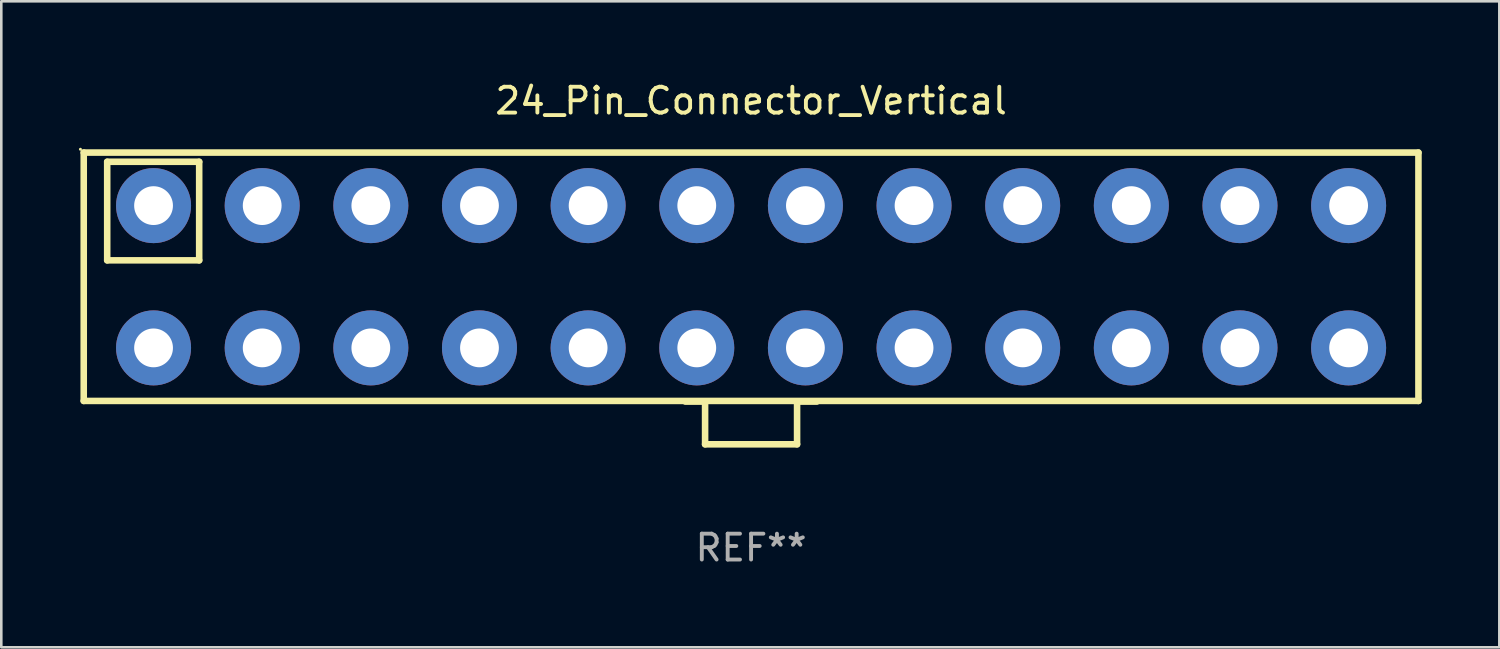
<source format=kicad_pcb>
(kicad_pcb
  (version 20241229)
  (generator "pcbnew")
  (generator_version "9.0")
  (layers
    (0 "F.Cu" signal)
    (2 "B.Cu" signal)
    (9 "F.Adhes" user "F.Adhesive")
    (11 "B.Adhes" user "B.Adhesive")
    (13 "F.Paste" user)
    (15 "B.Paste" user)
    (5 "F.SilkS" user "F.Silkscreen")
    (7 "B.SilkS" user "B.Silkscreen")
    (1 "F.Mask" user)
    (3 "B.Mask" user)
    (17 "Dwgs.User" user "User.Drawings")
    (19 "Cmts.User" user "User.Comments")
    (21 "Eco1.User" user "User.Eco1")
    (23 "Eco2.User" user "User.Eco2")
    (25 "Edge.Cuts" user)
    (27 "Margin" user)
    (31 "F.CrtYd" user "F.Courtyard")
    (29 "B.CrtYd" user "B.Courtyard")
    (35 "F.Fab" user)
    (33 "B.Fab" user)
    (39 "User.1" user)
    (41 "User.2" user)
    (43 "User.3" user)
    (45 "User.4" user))
  (footprint "24_Pin_Connector_Vertical"
    (layer "F.Cu")
    (at 25.986 7.649)
    (property "Reference" "24_Pin_Connector_Vertical" (at 0 -6.801 0) (layer "F.SilkS") (effects (font (size 1 1) (thickness 0.15))))
    (attr through_hole)
    (fp_line (start -25.799 -4.801) (end -25.799 4.801) (stroke (width 0.254) (type solid)) (layer "F.SilkS"))
    (fp_line (start -25.799 -4.801) (end 25.799 -4.801) (stroke (width 0.254) (type solid)) (layer "F.SilkS"))
    (fp_line (start -25.799 4.801) (end 25.799 4.801) (stroke (width 0.254) (type solid)) (layer "F.SilkS"))
    (fp_line (start -24.892 -4.445) (end -21.336 -4.445) (stroke (width 0.254) (type solid)) (layer "F.SilkS"))
    (fp_line (start -24.892 -0.635) (end -24.892 -4.445) (stroke (width 0.254) (type solid)) (layer "F.SilkS"))
    (fp_line (start -21.336 -4.445) (end -21.336 -0.635) (stroke (width 0.254) (type solid)) (layer "F.SilkS"))
    (fp_line (start -21.336 -0.635) (end -24.892 -0.635) (stroke (width 0.254) (type solid)) (layer "F.SilkS"))
    (fp_line (start -2.54 4.826) (end -1.778 4.826) (stroke (width 0.254) (type solid)) (layer "F.SilkS"))
    (fp_line (start -1.778 4.826) (end -1.778 6.477) (stroke (width 0.254) (type solid)) (layer "F.SilkS"))
    (fp_line (start -1.778 6.477) (end 1.778 6.477) (stroke (width 0.254) (type solid)) (layer "F.SilkS"))
    (fp_line (start 1.778 4.826) (end 2.54 4.826) (stroke (width 0.254) (type solid)) (layer "F.SilkS"))
    (fp_line (start 1.778 6.477) (end 1.778 4.826) (stroke (width 0.254) (type solid)) (layer "F.SilkS"))
    (fp_line (start 25.799 -4.801) (end 25.799 4.801) (stroke (width 0.254) (type solid)) (layer "F.SilkS"))
    (fp_circle (center -25.926 -4.928) (end -25.896 -4.928) (stroke (width 0.06) (type solid)) (fill no) (layer "F.SilkS"))
    (fp_text user "REF**" (at 0 10.477 0) (layer "F.Fab") (effects (font (size 1 1) (thickness 0.15))))
    (pad "1" thru_hole circle (at -23.1 -2.75) (size 2.9 2.9) (drill 1.5) (layers "*.Cu" "*.Mask"))
    (pad "2" thru_hole circle (at -18.9 -2.75) (size 2.9 2.9) (drill 1.5) (layers "*.Cu" "*.Mask"))
    (pad "3" thru_hole circle (at -14.7 -2.75) (size 2.9 2.9) (drill 1.5) (layers "*.Cu" "*.Mask"))
    (pad "4" thru_hole circle (at -10.5 -2.75) (size 2.9 2.9) (drill 1.5) (layers "*.Cu" "*.Mask"))
    (pad "5" thru_hole circle (at -6.3 -2.75) (size 2.9 2.9) (drill 1.5) (layers "*.Cu" "*.Mask"))
    (pad "6" thru_hole circle (at -2.1 -2.75) (size 2.9 2.9) (drill 1.5) (layers "*.Cu" "*.Mask"))
    (pad "7" thru_hole circle (at 2.1 -2.75) (size 2.9 2.9) (drill 1.5) (layers "*.Cu" "*.Mask"))
    (pad "8" thru_hole circle (at 6.3 -2.75) (size 2.9 2.9) (drill 1.5) (layers "*.Cu" "*.Mask"))
    (pad "9" thru_hole circle (at 10.5 -2.75) (size 2.9 2.9) (drill 1.5) (layers "*.Cu" "*.Mask"))
    (pad "10" thru_hole circle (at 14.7 -2.75) (size 2.9 2.9) (drill 1.5) (layers "*.Cu" "*.Mask"))
    (pad "11" thru_hole circle (at 18.9 -2.75) (size 2.9 2.9) (drill 1.5) (layers "*.Cu" "*.Mask"))
    (pad "12" thru_hole circle (at 23.1 -2.75) (size 2.9 2.9) (drill 1.5) (layers "*.Cu" "*.Mask"))
    (pad "13" thru_hole circle (at -23.1 2.75) (size 2.9 2.9) (drill 1.5) (layers "*.Cu" "*.Mask"))
    (pad "14" thru_hole circle (at -18.9 2.75) (size 2.9 2.9) (drill 1.5) (layers "*.Cu" "*.Mask"))
    (pad "15" thru_hole circle (at -14.7 2.75) (size 2.9 2.9) (drill 1.5) (layers "*.Cu" "*.Mask"))
    (pad "16" thru_hole circle (at -10.5 2.75) (size 2.9 2.9) (drill 1.5) (layers "*.Cu" "*.Mask"))
    (pad "17" thru_hole circle (at -6.3 2.75) (size 2.9 2.9) (drill 1.5) (layers "*.Cu" "*.Mask"))
    (pad "18" thru_hole circle (at -2.1 2.75) (size 2.9 2.9) (drill 1.5) (layers "*.Cu" "*.Mask"))
    (pad "19" thru_hole circle (at 2.1 2.75) (size 2.9 2.9) (drill 1.5) (layers "*.Cu" "*.Mask"))
    (pad "20" thru_hole circle (at 6.3 2.75) (size 2.9 2.9) (drill 1.5) (layers "*.Cu" "*.Mask"))
    (pad "21" thru_hole circle (at 10.5 2.75) (size 2.9 2.9) (drill 1.5) (layers "*.Cu" "*.Mask"))
    (pad "22" thru_hole circle (at 14.7 2.75) (size 2.9 2.9) (drill 1.5) (layers "*.Cu" "*.Mask"))
    (pad "23" thru_hole circle (at 18.9 2.75) (size 2.9 2.9) (drill 1.5) (layers "*.Cu" "*.Mask"))
    (pad "24" thru_hole circle (at 23.1 2.75) (size 2.9 2.9) (drill 1.5) (layers "*.Cu" "*.Mask")))
  (gr_rect
    (start -3 -3)
    (end 54.912 21.974)
    (stroke (width 0.1) (type default))
    (fill no)
    (layer "Edge.Cuts")))
</source>
